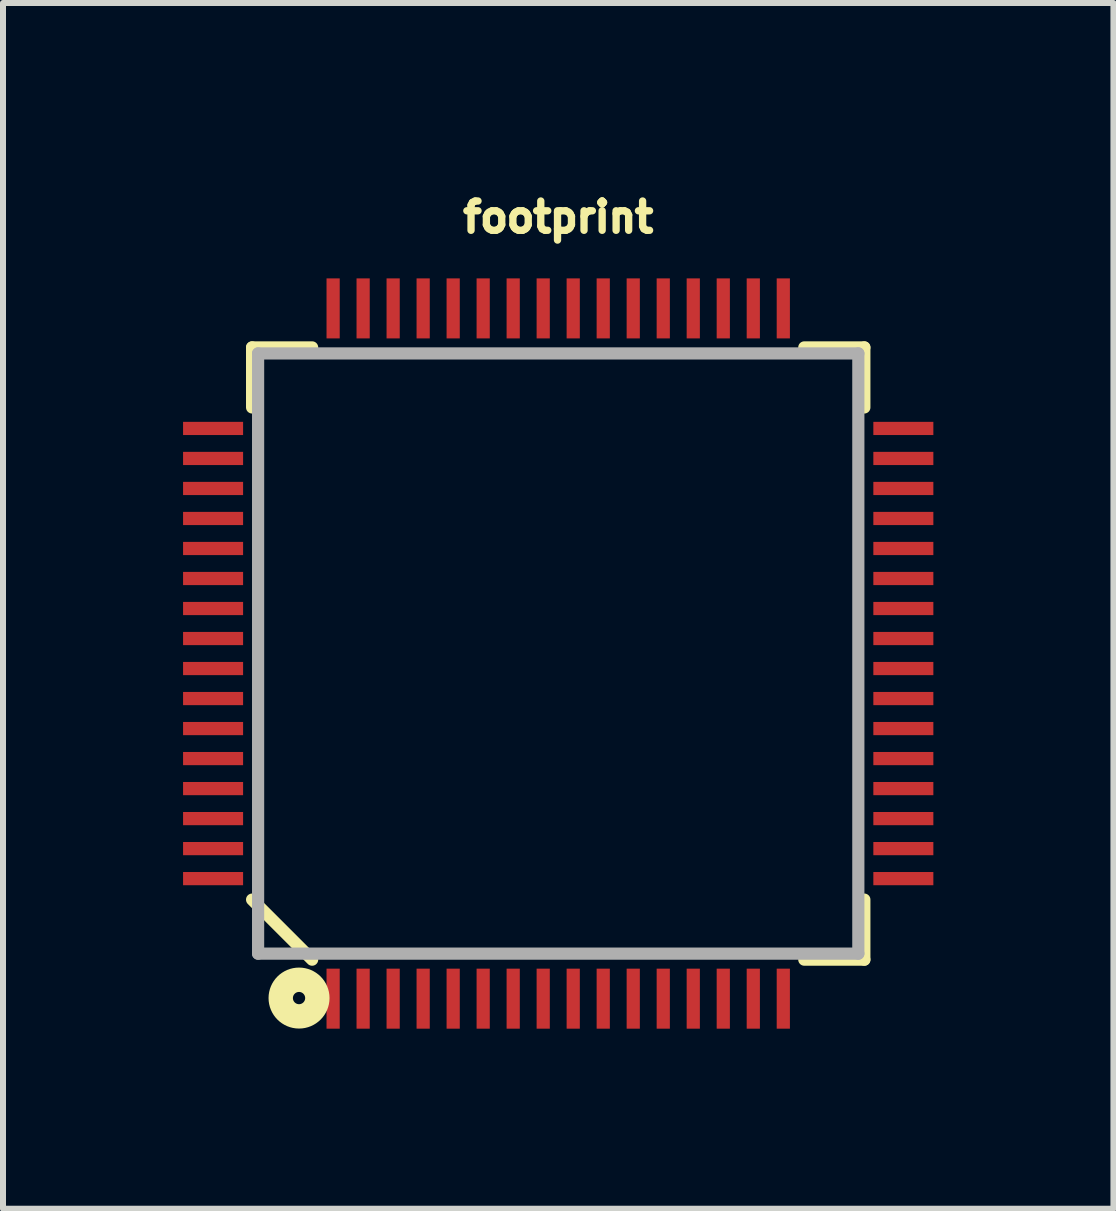
<source format=kicad_pcb>
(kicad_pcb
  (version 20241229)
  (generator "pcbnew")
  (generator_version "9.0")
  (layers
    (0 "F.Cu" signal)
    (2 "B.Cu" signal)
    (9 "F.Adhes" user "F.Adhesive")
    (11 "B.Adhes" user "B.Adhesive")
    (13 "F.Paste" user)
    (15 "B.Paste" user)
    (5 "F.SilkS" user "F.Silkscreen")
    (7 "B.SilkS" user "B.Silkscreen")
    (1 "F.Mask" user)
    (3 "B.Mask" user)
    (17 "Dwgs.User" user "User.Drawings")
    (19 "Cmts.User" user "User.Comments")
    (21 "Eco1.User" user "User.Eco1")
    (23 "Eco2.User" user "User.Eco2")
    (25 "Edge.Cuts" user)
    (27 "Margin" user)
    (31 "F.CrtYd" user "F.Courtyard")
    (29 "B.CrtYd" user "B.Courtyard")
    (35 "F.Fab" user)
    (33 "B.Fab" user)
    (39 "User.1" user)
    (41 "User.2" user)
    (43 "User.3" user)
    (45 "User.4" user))
  (footprint "footprint"
    (layer "F.Cu")
    (at 6.25 7.838)
    (property "Reference" "footprint" (at 0 -6.985 0) (layer "F.SilkS") (effects (font (size 0.488 0.488) (thickness 0.122)) (justify bottom)))
    (fp_line (start -5.1 -5.1) (end -4.1 -5.1) (stroke (width 0.203) (type solid)) (layer "F.SilkS"))
    (fp_line (start -5.1 -4.1) (end -5.1 -5.1) (stroke (width 0.203) (type solid)) (layer "F.SilkS"))
    (fp_line (start -5.1 4.1) (end -4.1 5.1) (stroke (width 0.203) (type solid)) (layer "F.SilkS"))
    (fp_line (start 4.1 -5.1) (end 5.1 -5.1) (stroke (width 0.203) (type solid)) (layer "F.SilkS"))
    (fp_line (start 4.1 5.1) (end 5.1 5.1) (stroke (width 0.203) (type solid)) (layer "F.SilkS"))
    (fp_line (start 5.1 -5.1) (end 5.1 -4.1) (stroke (width 0.203) (type solid)) (layer "F.SilkS"))
    (fp_line (start 5.1 5.1) (end 5.1 4.1) (stroke (width 0.203) (type solid)) (layer "F.SilkS"))
    (fp_circle (center -4.318 5.74) (end -4.216 5.74) (stroke (width 0.406) (type solid)) (fill no) (layer "F.SilkS"))
    (fp_line (start -5 -5) (end 5 -5) (stroke (width 0.203) (type solid)) (layer "F.Fab"))
    (fp_line (start -5 5) (end -5 -5) (stroke (width 0.203) (type solid)) (layer "F.Fab"))
    (fp_line (start 5 -5) (end 5 5) (stroke (width 0.203) (type solid)) (layer "F.Fab"))
    (fp_line (start 5 5) (end -5 5) (stroke (width 0.203) (type solid)) (layer "F.Fab"))
    (pad "1" smd rect (at -3.75 5.75) (size 0.22 1) (layers "F.Cu" "F.Mask" "F.Paste"))
    (pad "2" smd rect (at -3.25 5.75) (size 0.22 1) (layers "F.Cu" "F.Mask" "F.Paste"))
    (pad "3" smd rect (at -2.75 5.75) (size 0.22 1) (layers "F.Cu" "F.Mask" "F.Paste"))
    (pad "4" smd rect (at -2.25 5.75) (size 0.22 1) (layers "F.Cu" "F.Mask" "F.Paste"))
    (pad "5" smd rect (at -1.75 5.75) (size 0.22 1) (layers "F.Cu" "F.Mask" "F.Paste"))
    (pad "6" smd rect (at -1.25 5.75) (size 0.22 1) (layers "F.Cu" "F.Mask" "F.Paste"))
    (pad "7" smd rect (at -0.75 5.75) (size 0.22 1) (layers "F.Cu" "F.Mask" "F.Paste"))
    (pad "8" smd rect (at -0.25 5.75) (size 0.22 1) (layers "F.Cu" "F.Mask" "F.Paste"))
    (pad "9" smd rect (at 0.25 5.75) (size 0.22 1) (layers "F.Cu" "F.Mask" "F.Paste"))
    (pad "10" smd rect (at 0.75 5.75) (size 0.22 1) (layers "F.Cu" "F.Mask" "F.Paste"))
    (pad "11" smd rect (at 1.25 5.75) (size 0.22 1) (layers "F.Cu" "F.Mask" "F.Paste"))
    (pad "12" smd rect (at 1.75 5.75) (size 0.22 1) (layers "F.Cu" "F.Mask" "F.Paste"))
    (pad "13" smd rect (at 2.25 5.75) (size 0.22 1) (layers "F.Cu" "F.Mask" "F.Paste"))
    (pad "14" smd rect (at 2.75 5.75) (size 0.22 1) (layers "F.Cu" "F.Mask" "F.Paste"))
    (pad "15" smd rect (at 3.25 5.75) (size 0.22 1) (layers "F.Cu" "F.Mask" "F.Paste"))
    (pad "16" smd rect (at 3.75 5.75) (size 0.22 1) (layers "F.Cu" "F.Mask" "F.Paste"))
    (pad "17" smd rect (at 5.75 3.75 90) (size 0.22 1) (layers "F.Cu" "F.Mask" "F.Paste"))
    (pad "18" smd rect (at 5.75 3.25 90) (size 0.22 1) (layers "F.Cu" "F.Mask" "F.Paste"))
    (pad "19" smd rect (at 5.75 2.75 90) (size 0.22 1) (layers "F.Cu" "F.Mask" "F.Paste"))
    (pad "20" smd rect (at 5.75 2.25 90) (size 0.22 1) (layers "F.Cu" "F.Mask" "F.Paste"))
    (pad "21" smd rect (at 5.75 1.75 90) (size 0.22 1) (layers "F.Cu" "F.Mask" "F.Paste"))
    (pad "22" smd rect (at 5.75 1.25 90) (size 0.22 1) (layers "F.Cu" "F.Mask" "F.Paste"))
    (pad "23" smd rect (at 5.75 0.75 90) (size 0.22 1) (layers "F.Cu" "F.Mask" "F.Paste"))
    (pad "24" smd rect (at 5.75 0.25 90) (size 0.22 1) (layers "F.Cu" "F.Mask" "F.Paste"))
    (pad "25" smd rect (at 5.75 -0.25 90) (size 0.22 1) (layers "F.Cu" "F.Mask" "F.Paste"))
    (pad "26" smd rect (at 5.75 -0.75 90) (size 0.22 1) (layers "F.Cu" "F.Mask" "F.Paste"))
    (pad "27" smd rect (at 5.75 -1.25 90) (size 0.22 1) (layers "F.Cu" "F.Mask" "F.Paste"))
    (pad "28" smd rect (at 5.75 -1.75 90) (size 0.22 1) (layers "F.Cu" "F.Mask" "F.Paste"))
    (pad "29" smd rect (at 5.75 -2.25 90) (size 0.22 1) (layers "F.Cu" "F.Mask" "F.Paste"))
    (pad "30" smd rect (at 5.75 -2.75 90) (size 0.22 1) (layers "F.Cu" "F.Mask" "F.Paste"))
    (pad "31" smd rect (at 5.75 -3.25 90) (size 0.22 1) (layers "F.Cu" "F.Mask" "F.Paste"))
    (pad "32" smd rect (at 5.75 -3.75 90) (size 0.22 1) (layers "F.Cu" "F.Mask" "F.Paste"))
    (pad "33" smd rect (at 3.75 -5.75 180) (size 0.22 1) (layers "F.Cu" "F.Mask" "F.Paste"))
    (pad "34" smd rect (at 3.25 -5.75 180) (size 0.22 1) (layers "F.Cu" "F.Mask" "F.Paste"))
    (pad "35" smd rect (at 2.75 -5.75 180) (size 0.22 1) (layers "F.Cu" "F.Mask" "F.Paste"))
    (pad "36" smd rect (at 2.25 -5.75 180) (size 0.22 1) (layers "F.Cu" "F.Mask" "F.Paste"))
    (pad "37" smd rect (at 1.75 -5.75 180) (size 0.22 1) (layers "F.Cu" "F.Mask" "F.Paste"))
    (pad "38" smd rect (at 1.25 -5.75 180) (size 0.22 1) (layers "F.Cu" "F.Mask" "F.Paste"))
    (pad "39" smd rect (at 0.75 -5.75 180) (size 0.22 1) (layers "F.Cu" "F.Mask" "F.Paste"))
    (pad "40" smd rect (at 0.25 -5.75 180) (size 0.22 1) (layers "F.Cu" "F.Mask" "F.Paste"))
    (pad "41" smd rect (at -0.25 -5.75 180) (size 0.22 1) (layers "F.Cu" "F.Mask" "F.Paste"))
    (pad "42" smd rect (at -0.75 -5.75 180) (size 0.22 1) (layers "F.Cu" "F.Mask" "F.Paste"))
    (pad "43" smd rect (at -1.25 -5.75 180) (size 0.22 1) (layers "F.Cu" "F.Mask" "F.Paste"))
    (pad "44" smd rect (at -1.75 -5.75 180) (size 0.22 1) (layers "F.Cu" "F.Mask" "F.Paste"))
    (pad "45" smd rect (at -2.25 -5.75 180) (size 0.22 1) (layers "F.Cu" "F.Mask" "F.Paste"))
    (pad "46" smd rect (at -2.75 -5.75 180) (size 0.22 1) (layers "F.Cu" "F.Mask" "F.Paste"))
    (pad "47" smd rect (at -3.25 -5.75 180) (size 0.22 1) (layers "F.Cu" "F.Mask" "F.Paste"))
    (pad "48" smd rect (at -3.75 -5.75 180) (size 0.22 1) (layers "F.Cu" "F.Mask" "F.Paste"))
    (pad "49" smd rect (at -5.75 -3.75 270) (size 0.22 1) (layers "F.Cu" "F.Mask" "F.Paste"))
    (pad "50" smd rect (at -5.75 -3.25 270) (size 0.22 1) (layers "F.Cu" "F.Mask" "F.Paste"))
    (pad "51" smd rect (at -5.75 -2.75 270) (size 0.22 1) (layers "F.Cu" "F.Mask" "F.Paste"))
    (pad "52" smd rect (at -5.75 -2.25 270) (size 0.22 1) (layers "F.Cu" "F.Mask" "F.Paste"))
    (pad "53" smd rect (at -5.75 -1.75 270) (size 0.22 1) (layers "F.Cu" "F.Mask" "F.Paste"))
    (pad "54" smd rect (at -5.75 -1.25 270) (size 0.22 1) (layers "F.Cu" "F.Mask" "F.Paste"))
    (pad "55" smd rect (at -5.75 -0.75 270) (size 0.22 1) (layers "F.Cu" "F.Mask" "F.Paste"))
    (pad "56" smd rect (at -5.75 -0.25 270) (size 0.22 1) (layers "F.Cu" "F.Mask" "F.Paste"))
    (pad "57" smd rect (at -5.75 0.25 270) (size 0.22 1) (layers "F.Cu" "F.Mask" "F.Paste"))
    (pad "58" smd rect (at -5.75 0.75 270) (size 0.22 1) (layers "F.Cu" "F.Mask" "F.Paste"))
    (pad "59" smd rect (at -5.75 1.25 270) (size 0.22 1) (layers "F.Cu" "F.Mask" "F.Paste"))
    (pad "60" smd rect (at -5.75 1.75 270) (size 0.22 1) (layers "F.Cu" "F.Mask" "F.Paste"))
    (pad "61" smd rect (at -5.75 2.25 270) (size 0.22 1) (layers "F.Cu" "F.Mask" "F.Paste"))
    (pad "62" smd rect (at -5.75 2.75 270) (size 0.22 1) (layers "F.Cu" "F.Mask" "F.Paste"))
    (pad "63" smd rect (at -5.75 3.25 270) (size 0.22 1) (layers "F.Cu" "F.Mask" "F.Paste"))
    (pad "64" smd rect (at -5.75 3.75 270) (size 0.22 1) (layers "F.Cu" "F.Mask" "F.Paste")))
  (gr_rect
    (start -3 -3)
    (end 15.5 17.088)
    (stroke (width 0.1) (type default))
    (fill no)
    (layer "Edge.Cuts")))
</source>
